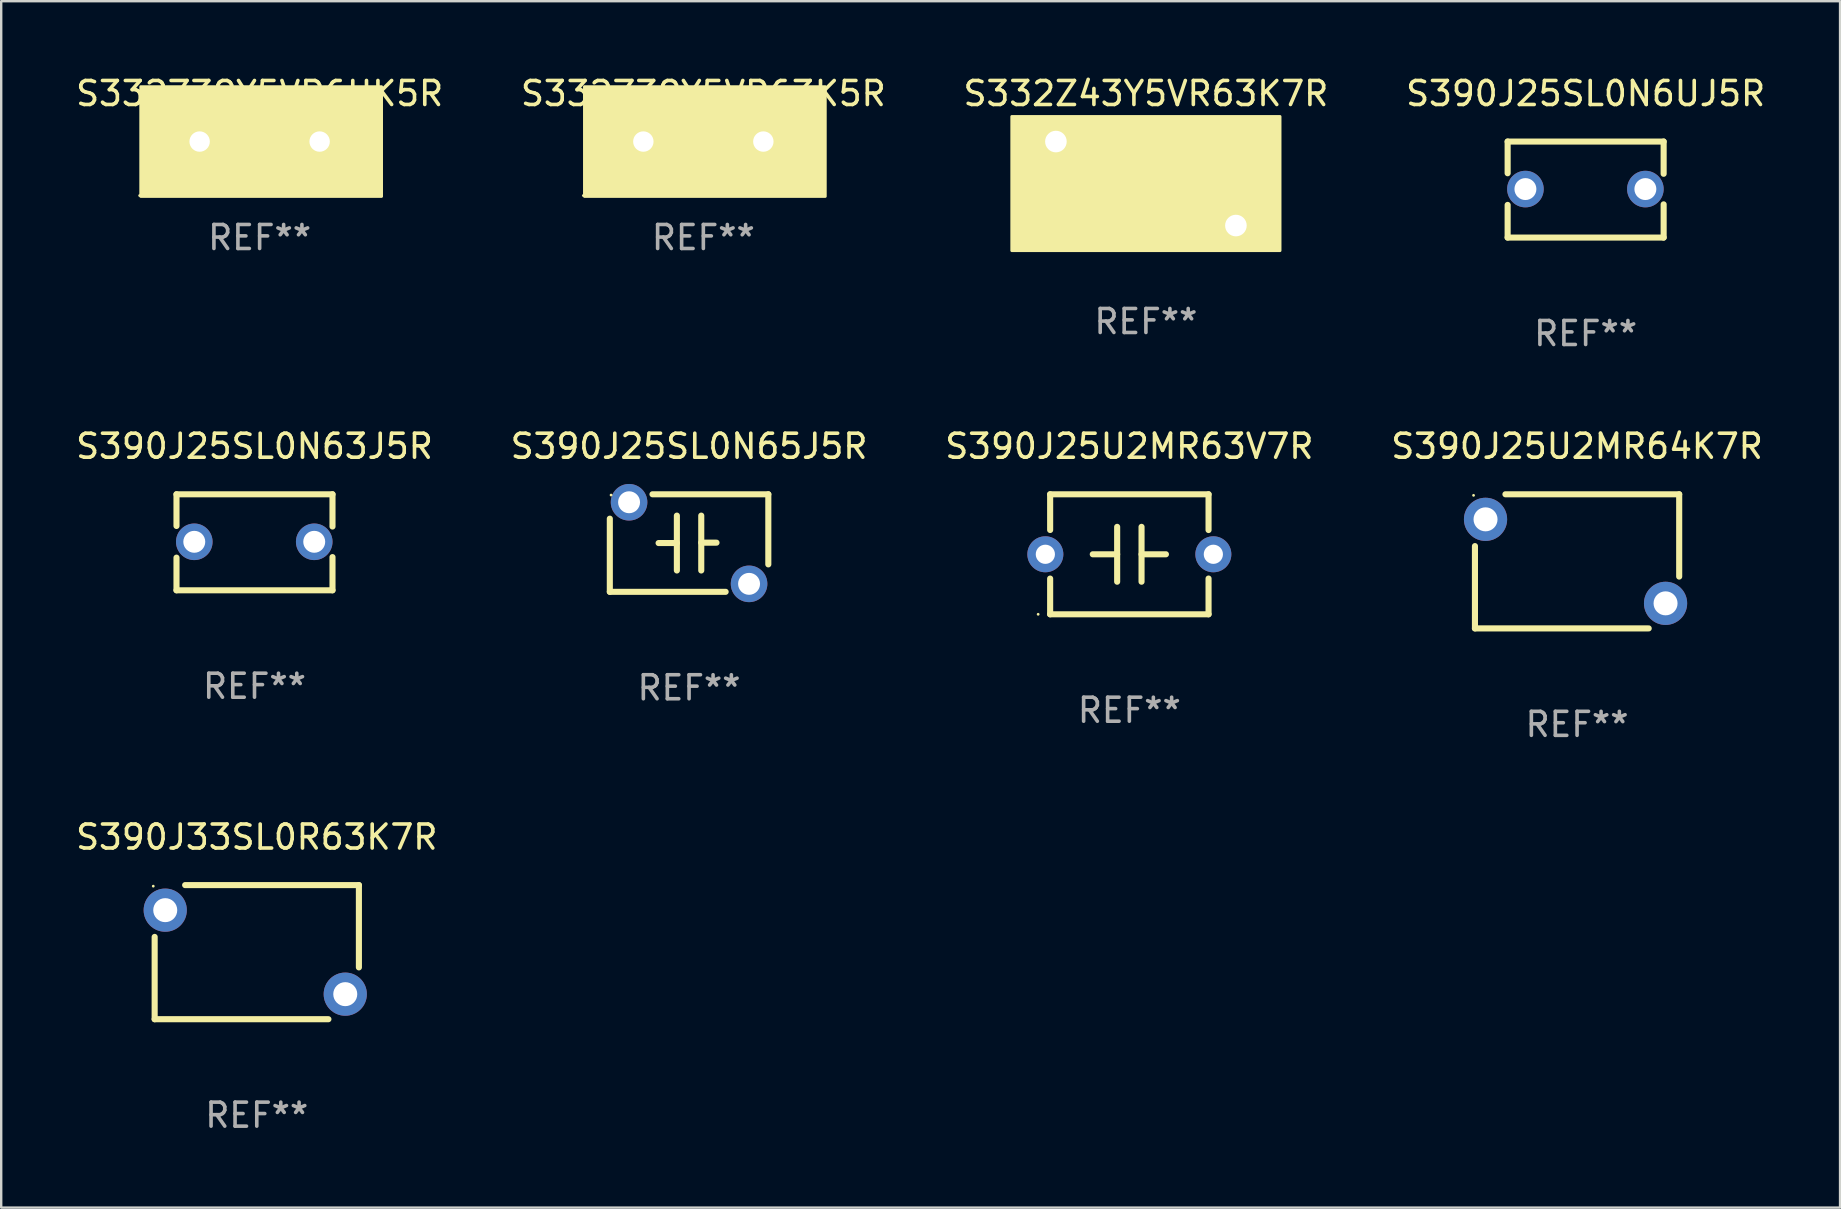
<source format=kicad_pcb>
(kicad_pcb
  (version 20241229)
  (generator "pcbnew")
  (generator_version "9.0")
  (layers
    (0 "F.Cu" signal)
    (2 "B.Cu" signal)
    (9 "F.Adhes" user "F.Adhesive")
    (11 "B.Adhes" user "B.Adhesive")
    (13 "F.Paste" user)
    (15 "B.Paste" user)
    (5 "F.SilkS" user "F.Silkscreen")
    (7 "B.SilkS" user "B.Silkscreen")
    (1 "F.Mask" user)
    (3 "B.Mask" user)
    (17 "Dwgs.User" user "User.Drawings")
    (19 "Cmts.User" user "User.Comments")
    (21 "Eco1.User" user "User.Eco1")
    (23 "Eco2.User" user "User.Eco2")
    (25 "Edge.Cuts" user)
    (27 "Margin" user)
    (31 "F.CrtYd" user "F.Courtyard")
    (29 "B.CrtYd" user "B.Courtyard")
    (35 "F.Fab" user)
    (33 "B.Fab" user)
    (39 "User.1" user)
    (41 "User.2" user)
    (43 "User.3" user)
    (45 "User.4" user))
  (footprint "S390J25SL0N6UJ5R"
    (layer "F.Cu")
    (at 63.018 4.848)
    (property "Reference" "S390J25SL0N6UJ5R" (at 0 -4 0) (layer "F.SilkS") (effects (font (size 1 1) (thickness 0.15))))
    (attr through_hole)
    (fp_line (start -3.25 -2) (end -3.25 -0.68) (stroke (width 0.254) (type solid)) (layer "F.SilkS"))
    (fp_line (start -3.25 -2) (end 3.25 -2) (stroke (width 0.254) (type solid)) (layer "F.SilkS"))
    (fp_line (start -3.25 0.64) (end -3.25 2) (stroke (width 0.254) (type solid)) (layer "F.SilkS"))
    (fp_line (start 3.25 -2) (end 3.25 -0.657) (stroke (width 0.254) (type solid)) (layer "F.SilkS"))
    (fp_line (start 3.25 0.617) (end 3.25 2) (stroke (width 0.254) (type solid)) (layer "F.SilkS"))
    (fp_line (start 3.25 2) (end -3.25 2) (stroke (width 0.254) (type solid)) (layer "F.SilkS"))
    (fp_circle (center -3.26 1.98) (end -3.23 1.98) (stroke (width 0.06) (type solid)) (fill no) (layer "F.SilkS"))
    (fp_text user "REF**" (at 0 6 0) (layer "F.Fab") (effects (font (size 1 1) (thickness 0.15))))
    (pad "1" thru_hole circle (at -2.509 -0.02) (size 1.524 1.524) (drill 0.914) (layers "*.Cu" "*.Mask"))
    (pad "2" thru_hole circle (at 2.489 -0.02) (size 1.524 1.524) (drill 0.914) (layers "*.Cu" "*.Mask")))
  (footprint "S390J33SL0R63K7R"
    (layer "F.Cu")
    (at 7.649 36.623)
    (property "Reference" "S390J33SL0R63K7R" (at 0 -4.794 0) (layer "F.SilkS") (effects (font (size 1 1) (thickness 0.15))))
    (attr through_hole)
    (fp_line (start -4.255 2.794) (end -4.255 -0.635) (stroke (width 0.254) (type solid)) (layer "F.SilkS"))
    (fp_line (start -4.255 2.794) (end 2.985 2.794) (stroke (width 0.254) (type solid)) (layer "F.SilkS"))
    (fp_line (start -2.985 -2.794) (end 4.255 -2.794) (stroke (width 0.254) (type solid)) (layer "F.SilkS"))
    (fp_line (start 4.255 -2.794) (end 4.255 0.635) (stroke (width 0.254) (type solid)) (layer "F.SilkS"))
    (fp_circle (center -4.313 -2.75) (end -4.283 -2.75) (stroke (width 0.06) (type solid)) (fill no) (layer "F.SilkS"))
    (fp_text user "REF**" (at 0 6.794 0) (layer "F.Fab") (effects (font (size 1 1) (thickness 0.15))))
    (pad "1" thru_hole circle (at -3.814 -1.75) (size 1.8 1.8) (drill 1) (layers "*.Cu" "*.Mask"))
    (pad "2" thru_hole circle (at 3.687 1.75) (size 1.8 1.8) (drill 1) (layers "*.Cu" "*.Mask")))
  (footprint "S390J25U2MR64K7R"
    (layer "F.Cu")
    (at 62.661 20.339)
    (property "Reference" "S390J25U2MR64K7R" (at 0 -4.794 0) (layer "F.SilkS") (effects (font (size 1 1) (thickness 0.15))))
    (attr through_hole)
    (fp_line (start -4.255 2.794) (end -4.255 -0.635) (stroke (width 0.254) (type solid)) (layer "F.SilkS"))
    (fp_line (start -4.255 2.794) (end 2.985 2.794) (stroke (width 0.254) (type solid)) (layer "F.SilkS"))
    (fp_line (start -2.985 -2.794) (end 4.255 -2.794) (stroke (width 0.254) (type solid)) (layer "F.SilkS"))
    (fp_line (start 4.255 -2.794) (end 4.255 0.635) (stroke (width 0.254) (type solid)) (layer "F.SilkS"))
    (fp_circle (center -4.313 -2.75) (end -4.283 -2.75) (stroke (width 0.06) (type solid)) (fill no) (layer "F.SilkS"))
    (fp_text user "REF**" (at 0 6.794 0) (layer "F.Fab") (effects (font (size 1 1) (thickness 0.15))))
    (pad "1" thru_hole circle (at -3.814 -1.75) (size 1.8 1.8) (drill 1) (layers "*.Cu" "*.Mask"))
    (pad "2" thru_hole circle (at 3.687 1.75) (size 1.8 1.8) (drill 1) (layers "*.Cu" "*.Mask")))
  (footprint "S332Z43Y5VR63K7R"
    (layer "F.Cu")
    (at 44.696 4.598)
    (property "Reference" "S332Z43Y5VR63K7R" (at 0 -3.75 0) (layer "F.SilkS") (effects (font (size 1 1) (thickness 0.15))))
    (attr through_hole)
    (fp_line (start -0.381 -1.651) (end -0.381 1.651) (stroke (width 0.254) (type solid)) (layer "F.SilkS"))
    (fp_line (start -0.381 -0.004) (end -3.048 -0.004) (stroke (width 0.254) (type solid)) (layer "F.SilkS"))
    (fp_line (start 0.381 -1.651) (end 0.381 1.651) (stroke (width 0.254) (type solid)) (layer "F.SilkS"))
    (fp_line (start 0.381 0.033) (end 2.794 0.033) (stroke (width 0.254) (type solid)) (layer "F.SilkS"))
    (fp_circle (center -5.5 -2.75) (end -5.47 -2.75) (stroke (width 0.06) (type solid)) (fill no) (layer "F.SilkS"))
    (fp_poly (pts (xy -5.588 -2.794) (xy 5.588 -2.794) (xy 5.588 2.794) (xy -5.588 2.794)) (stroke (width 0.12) (type solid)) (fill yes) (layer "F.SilkS"))
    (fp_text user "REF**" (at 0 5.75 0) (layer "F.Fab") (effects (font (size 1 1) (thickness 0.15))))
    (pad "1" thru_hole circle (at -3.75 -1.75) (size 1.524 1.524) (drill 0.9) (layers "*.Cu" "*.Mask"))
    (pad "2" thru_hole circle (at 3.75 1.75) (size 1.524 1.524) (drill 0.9) (layers "*.Cu" "*.Mask")))
  (footprint "S390J25SL0N63J5R"
    (layer "F.Cu")
    (at 7.554 19.545)
    (property "Reference" "S390J25SL0N63J5R" (at 0 -4 0) (layer "F.SilkS") (effects (font (size 1 1) (thickness 0.15))))
    (attr through_hole)
    (fp_line (start -3.25 -2) (end -3.25 -0.68) (stroke (width 0.254) (type solid)) (layer "F.SilkS"))
    (fp_line (start -3.25 -2) (end 3.25 -2) (stroke (width 0.254) (type solid)) (layer "F.SilkS"))
    (fp_line (start -3.25 0.64) (end -3.25 2) (stroke (width 0.254) (type solid)) (layer "F.SilkS"))
    (fp_line (start 3.25 -2) (end 3.25 -0.657) (stroke (width 0.254) (type solid)) (layer "F.SilkS"))
    (fp_line (start 3.25 0.617) (end 3.25 2) (stroke (width 0.254) (type solid)) (layer "F.SilkS"))
    (fp_line (start 3.25 2) (end -3.25 2) (stroke (width 0.254) (type solid)) (layer "F.SilkS"))
    (fp_circle (center -3.26 1.98) (end -3.23 1.98) (stroke (width 0.06) (type solid)) (fill no) (layer "F.SilkS"))
    (fp_text user "REF**" (at 0 6 0) (layer "F.Fab") (effects (font (size 1 1) (thickness 0.15))))
    (pad "1" thru_hole circle (at -2.509 -0.02) (size 1.524 1.524) (drill 0.914) (layers "*.Cu" "*.Mask"))
    (pad "2" thru_hole circle (at 2.489 -0.02) (size 1.524 1.524) (drill 0.914) (layers "*.Cu" "*.Mask")))
  (footprint "S332Z39Y5VP6UK5R"
    (layer "F.Cu")
    (at 7.768 2.848)
    (property "Reference" "S332Z39Y5VP6UK5R" (at 0 -2 0) (layer "F.SilkS") (effects (font (size 1 1) (thickness 0.15))))
    (attr through_hole)
    (fp_circle (center -5 2.25) (end -4.97 2.25) (stroke (width 0.06) (type solid)) (fill no) (layer "F.SilkS"))
    (fp_poly (pts (xy -4.953 -2.286) (xy 5.08 -2.286) (xy 5.08 2.286) (xy -4.953 2.286)) (stroke (width 0.12) (type solid)) (fill yes) (layer "F.SilkS"))
    (fp_text user "REF**" (at 0 4 0) (layer "F.Fab") (effects (font (size 1 1) (thickness 0.15))))
    (pad "1" thru_hole circle (at -2.5 0) (size 1.524 1.524) (drill 0.85) (layers "*.Cu" "*.Mask"))
    (pad "2" thru_hole circle (at 2.5 0) (size 1.524 1.524) (drill 0.85) (layers "*.Cu" "*.Mask")))
  (footprint "S390J25SL0N65J5R"
    (layer "F.Cu")
    (at 25.661 19.577)
    (property "Reference" "S390J25SL0N65J5R" (at 0 -4.032 0) (layer "F.SilkS") (effects (font (size 1 1) (thickness 0.15))))
    (attr through_hole)
    (fp_line (start -3.302 2.032) (end -3.302 -1.016) (stroke (width 0.254) (type solid)) (layer "F.SilkS"))
    (fp_line (start -3.302 2.032) (end 1.524 2.032) (stroke (width 0.254) (type solid)) (layer "F.SilkS"))
    (fp_line (start -1.524 -2.032) (end 3.302 -2.032) (stroke (width 0.254) (type solid)) (layer "F.SilkS"))
    (fp_line (start -1.27 0) (end -0.508 0) (stroke (width 0.254) (type solid)) (layer "F.SilkS"))
    (fp_line (start -0.508 1.143) (end -0.508 -1.143) (stroke (width 0.254) (type solid)) (layer "F.SilkS"))
    (fp_line (start 0.508 -0.016) (end 1.143 -0.016) (stroke (width 0.254) (type solid)) (layer "F.SilkS"))
    (fp_line (start 0.508 1.143) (end 0.508 -1.143) (stroke (width 0.254) (type solid)) (layer "F.SilkS"))
    (fp_line (start 3.302 -2.032) (end 3.302 0.889) (stroke (width 0.254) (type solid)) (layer "F.SilkS"))
    (fp_circle (center -3.25 -2) (end -3.22 -2) (stroke (width 0.06) (type solid)) (fill no) (layer "F.SilkS"))
    (fp_text user "REF**" (at 0 6.032 0) (layer "F.Fab") (effects (font (size 1 1) (thickness 0.15))))
    (pad "1" thru_hole circle (at -2.5 -1.7) (size 1.524 1.524) (drill 0.914) (layers "*.Cu" "*.Mask"))
    (pad "2" thru_hole circle (at 2.5 1.7) (size 1.524 1.524) (drill 0.914) (layers "*.Cu" "*.Mask")))
  (footprint "S390J25U2MR63V7R"
    (layer "F.Cu")
    (at 44.006 20.045)
    (property "Reference" "S390J25U2MR63V7R" (at 0 -4.5 0) (layer "F.SilkS") (effects (font (size 1 1) (thickness 0.15))))
    (attr through_hole)
    (fp_line (start -3.3 -2.5) (end -3.3 -1.012) (stroke (width 0.254) (type solid)) (layer "F.SilkS"))
    (fp_line (start -3.3 -2.5) (end 3.3 -2.5) (stroke (width 0.254) (type solid)) (layer "F.SilkS"))
    (fp_line (start -3.3 1.012) (end -3.3 2.5) (stroke (width 0.254) (type solid)) (layer "F.SilkS"))
    (fp_line (start -0.508 0.000025) (end -1.524 0.000025) (stroke (width 0.254) (type solid)) (layer "F.SilkS"))
    (fp_line (start -0.508 1.143) (end -0.508 -1.143) (stroke (width 0.254) (type solid)) (layer "F.SilkS"))
    (fp_line (start 0.508 -1.143) (end 0.508 1.143) (stroke (width 0.254) (type solid)) (layer "F.SilkS"))
    (fp_line (start 0.508 -0.000025) (end 1.524 -0.000025) (stroke (width 0.254) (type solid)) (layer "F.SilkS"))
    (fp_line (start 3.3 -2.5) (end 3.3 -1.011) (stroke (width 0.254) (type solid)) (layer "F.SilkS"))
    (fp_line (start 3.3 1.011) (end 3.3 2.5) (stroke (width 0.254) (type solid)) (layer "F.SilkS"))
    (fp_line (start 3.3 2.5) (end -3.3 2.5) (stroke (width 0.254) (type solid)) (layer "F.SilkS"))
    (fp_circle (center -3.8 2.5) (end -3.77 2.5) (stroke (width 0.06) (type solid)) (fill no) (layer "F.SilkS"))
    (fp_text user "REF**" (at 0 6.5 0) (layer "F.Fab") (effects (font (size 1 1) (thickness 0.15))))
    (pad "1" thru_hole circle (at -3.5 0) (size 1.5 1.5) (drill 0.8) (layers "*.Cu" "*.Mask"))
    (pad "2" thru_hole circle (at 3.5 0) (size 1.5 1.5) (drill 0.8) (layers "*.Cu" "*.Mask")))
  (footprint "S332Z39Y5VP63K5R"
    (layer "F.Cu")
    (at 26.256 2.848)
    (property "Reference" "S332Z39Y5VP63K5R" (at 0 -2 0) (layer "F.SilkS") (effects (font (size 1 1) (thickness 0.15))))
    (attr through_hole)
    (fp_circle (center -5 2.25) (end -4.97 2.25) (stroke (width 0.06) (type solid)) (fill no) (layer "F.SilkS"))
    (fp_poly (pts (xy -4.953 -2.286) (xy 5.08 -2.286) (xy 5.08 2.286) (xy -4.953 2.286)) (stroke (width 0.12) (type solid)) (fill yes) (layer "F.SilkS"))
    (fp_text user "REF**" (at 0 4 0) (layer "F.Fab") (effects (font (size 1 1) (thickness 0.15))))
    (pad "1" thru_hole circle (at -2.5 0) (size 1.524 1.524) (drill 0.85) (layers "*.Cu" "*.Mask"))
    (pad "2" thru_hole circle (at 2.5 0) (size 1.524 1.524) (drill 0.85) (layers "*.Cu" "*.Mask")))
  (gr_rect
    (start -3 -3)
    (end 73.619 47.266)
    (stroke (width 0.1) (type default))
    (fill no)
    (layer "Edge.Cuts")))
</source>
